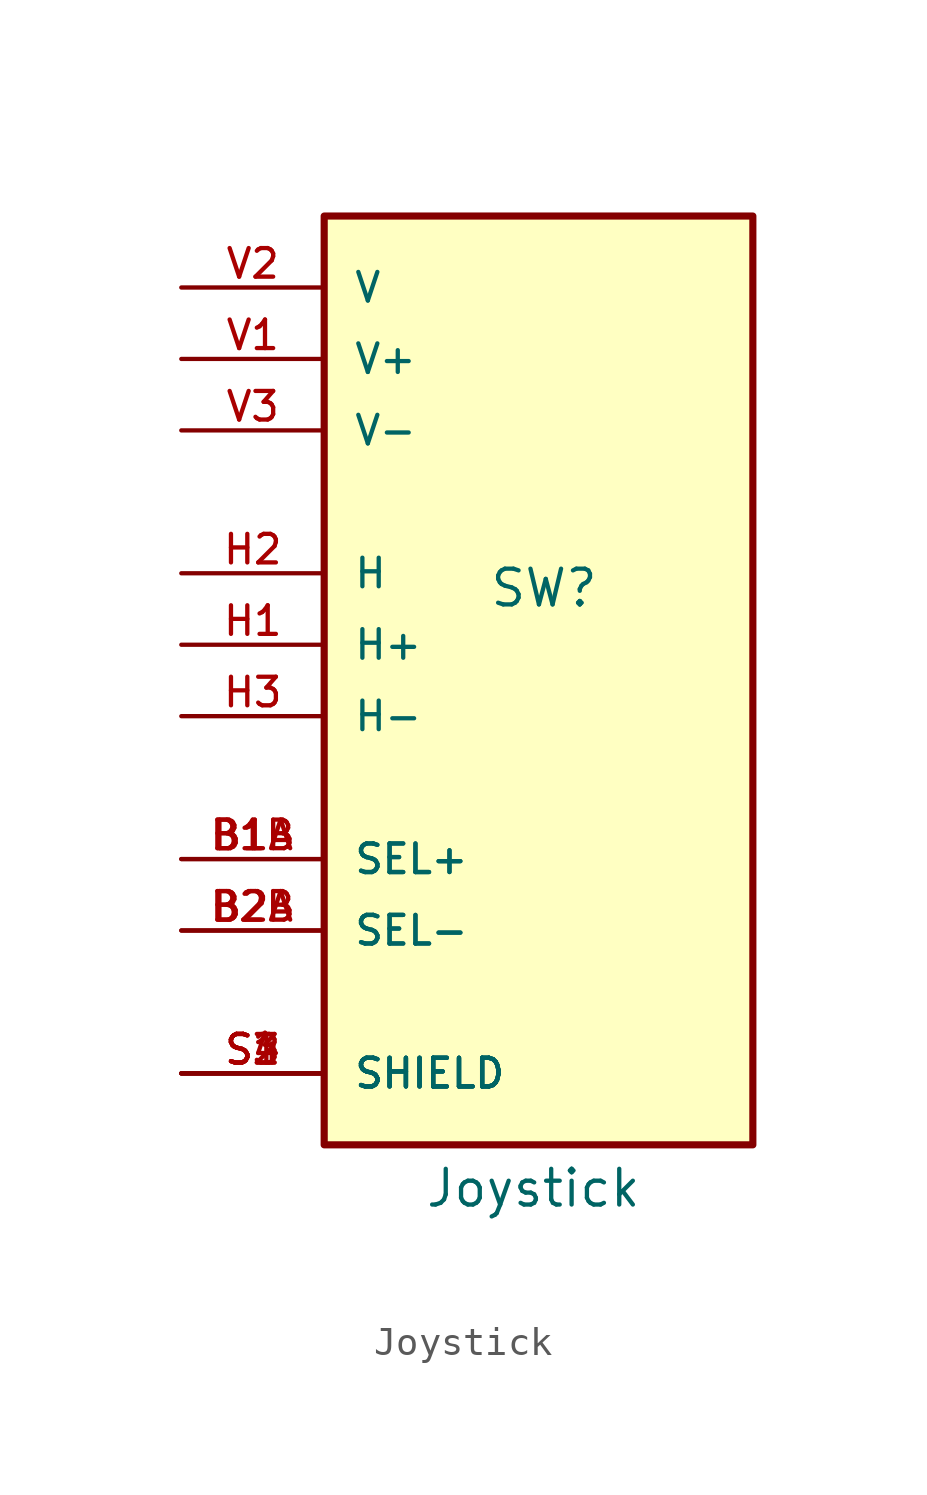
<source format=kicad_sym>
(kicad_symbol_lib
  (version 20231120)
  (generator "kicad_symbol_editor")
  (generator_version "8.0")
  (symbol "Joystick"
    (pin_names
      (offset 1.016))
    (property "Reference" "SW"
      (at -1.778 1.27 0)
      (effects (font (size 1.27 1.27)) (justify left bottom)))
    (property "Value" "Joystick"
      (at -4.064 -20.066 0)
      (effects (font (size 1.27 1.27)) (justify left bottom)))
    (symbol "Joystick_0_0"
      (rectangle (start -7.62 -17.78) (end 7.62 15.24) (stroke (width 0.254) (type default)) (fill (type background)))
      (pin passive line (at -12.7 -7.62 0) (length 5.08) (name "SEL+" (effects (font (size 1.016 1.016)))) (number "B1A" (effects (font (size 1.016 1.016)))))
      (pin passive line (at -12.7 -10.16 0) (length 5.08) (name "SEL-" (effects (font (size 1.016 1.016)))) (number "B2A" (effects (font (size 1.016 1.016)))))
      (pin passive line (at -12.7 0 0) (length 5.08) (name "H+" (effects (font (size 1.016 1.016)))) (number "H1" (effects (font (size 1.016 1.016)))))
      (pin passive line (at -12.7 2.54 0) (length 5.08) (name "H" (effects (font (size 1.016 1.016)))) (number "H2" (effects (font (size 1.016 1.016)))))
      (pin passive line (at -12.7 -2.54 0) (length 5.08) (name "H-" (effects (font (size 1.016 1.016)))) (number "H3" (effects (font (size 1.016 1.016)))))
      (pin passive line (at -12.7 -15.24 0) (length 5.08) (name "SHIELD" (effects (font (size 1.016 1.016)))) (number "S1" (effects (font (size 1.016 1.016)))))
      (pin passive line (at -12.7 -15.24 0) (length 5.08) (name "SHIELD" (effects (font (size 1.016 1.016)))) (number "S2" (effects (font (size 1.016 1.016)))))
      (pin passive line (at -12.7 -15.24 0) (length 5.08) (name "SHIELD" (effects (font (size 1.016 1.016)))) (number "S3" (effects (font (size 1.016 1.016)))))
      (pin passive line (at -12.7 -15.24 0) (length 5.08) (name "SHIELD" (effects (font (size 1.016 1.016)))) (number "S4" (effects (font (size 1.016 1.016)))))
      (pin passive line (at -12.7 10.16 0) (length 5.08) (name "V+" (effects (font (size 1.016 1.016)))) (number "V1" (effects (font (size 1.016 1.016)))))
      (pin passive line (at -12.7 12.7 0) (length 5.08) (name "V" (effects (font (size 1.016 1.016)))) (number "V2" (effects (font (size 1.016 1.016)))))
      (pin passive line (at -12.7 7.62 0) (length 5.08) (name "V-" (effects (font (size 1.016 1.016)))) (number "V3" (effects (font (size 1.016 1.016))))))
    (symbol "Joystick_1_0"
      (pin passive line (at -12.7 -7.62 0) (length 5.08) (name "SEL+" (effects (font (size 1.016 1.016)))) (number "B1B" (effects (font (size 1.016 1.016)))))
      (pin passive line (at -12.7 -10.16 0) (length 5.08) (name "SEL-" (effects (font (size 1.016 1.016)))) (number "B2B" (effects (font (size 1.016 1.016))))))))
</source>
